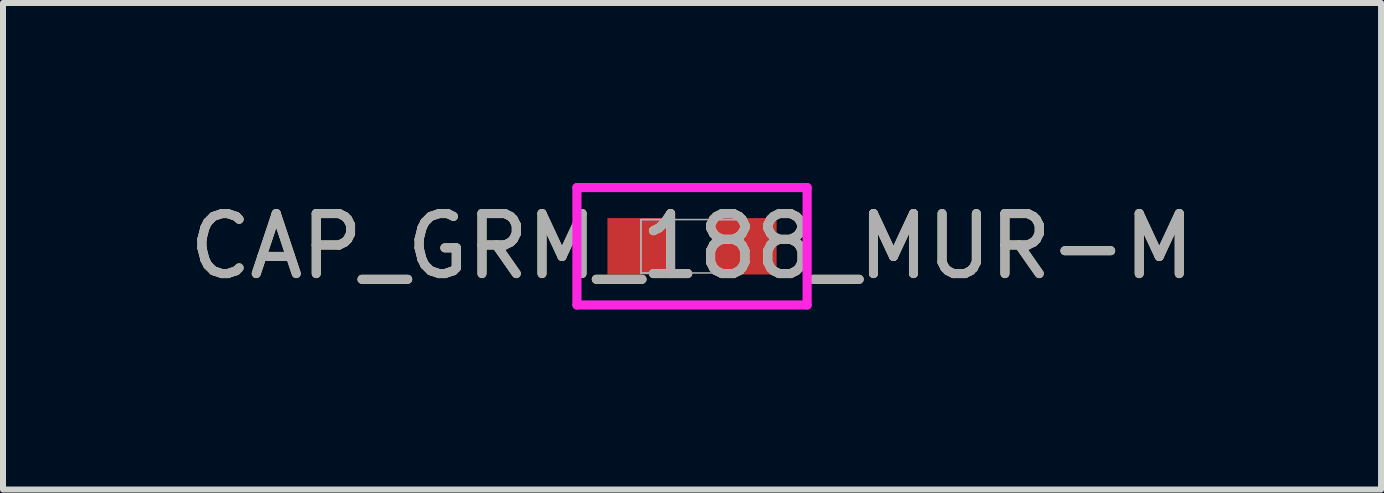
<source format=kicad_pcb>
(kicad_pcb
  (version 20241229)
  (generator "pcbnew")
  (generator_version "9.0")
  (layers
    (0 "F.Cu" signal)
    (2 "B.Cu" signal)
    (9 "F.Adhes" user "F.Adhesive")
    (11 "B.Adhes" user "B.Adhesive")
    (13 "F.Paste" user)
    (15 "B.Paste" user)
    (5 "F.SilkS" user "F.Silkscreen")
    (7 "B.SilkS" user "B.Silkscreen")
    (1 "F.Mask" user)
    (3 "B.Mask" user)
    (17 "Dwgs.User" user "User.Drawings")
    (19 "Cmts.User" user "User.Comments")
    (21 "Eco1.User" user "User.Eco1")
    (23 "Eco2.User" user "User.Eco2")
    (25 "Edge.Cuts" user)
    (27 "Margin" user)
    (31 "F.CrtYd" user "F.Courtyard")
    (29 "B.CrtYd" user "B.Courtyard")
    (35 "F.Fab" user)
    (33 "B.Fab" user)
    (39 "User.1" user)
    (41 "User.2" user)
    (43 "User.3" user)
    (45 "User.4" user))
  (footprint "CAP_GRM_188_MUR-M"
    (layer "F.Cu")
    (at 8.482 1.054)
    (property "Reference" "CAP_GRM_188_MUR-M" (at 0 0 0) (unlocked yes) (layer "F.SilkS") (effects (font (size 1 1) (thickness 0.15))))
    (attr smd)
    (fp_line (start -1.918 -0.978) (end 1.918 -0.978) (stroke (width 0.152) (type solid)) (layer "F.CrtYd"))
    (fp_line (start -1.918 0.978) (end -1.918 -0.978) (stroke (width 0.152) (type solid)) (layer "F.CrtYd"))
    (fp_line (start 1.918 -0.978) (end 1.918 0.978) (stroke (width 0.152) (type solid)) (layer "F.CrtYd"))
    (fp_line (start 1.918 0.978) (end -1.918 0.978) (stroke (width 0.152) (type solid)) (layer "F.CrtYd"))
    (fp_line (start -0.851 -0.445) (end -0.851 0.445) (stroke (width 0.025) (type solid)) (layer "F.Fab"))
    (fp_line (start -0.851 -0.445) (end -0.851 0.445) (stroke (width 0.025) (type solid)) (layer "F.Fab"))
    (fp_line (start -0.851 0.445) (end -0.343 0.445) (stroke (width 0.025) (type solid)) (layer "F.Fab"))
    (fp_line (start -0.851 0.445) (end 0.851 0.445) (stroke (width 0.025) (type solid)) (layer "F.Fab"))
    (fp_line (start -0.343 -0.445) (end -0.851 -0.445) (stroke (width 0.025) (type solid)) (layer "F.Fab"))
    (fp_line (start -0.343 0.445) (end -0.343 -0.445) (stroke (width 0.025) (type solid)) (layer "F.Fab"))
    (fp_line (start 0.343 -0.445) (end 0.343 0.445) (stroke (width 0.025) (type solid)) (layer "F.Fab"))
    (fp_line (start 0.343 0.445) (end 0.851 0.445) (stroke (width 0.025) (type solid)) (layer "F.Fab"))
    (fp_line (start 0.851 -0.445) (end -0.851 -0.445) (stroke (width 0.025) (type solid)) (layer "F.Fab"))
    (fp_line (start 0.851 -0.445) (end 0.343 -0.445) (stroke (width 0.025) (type solid)) (layer "F.Fab"))
    (fp_line (start 0.851 0.445) (end 0.851 -0.445) (stroke (width 0.025) (type solid)) (layer "F.Fab"))
    (fp_line (start 0.851 0.445) (end 0.851 -0.445) (stroke (width 0.025) (type solid)) (layer "F.Fab"))
    (fp_text user "${REFERENCE}" (at 0 0 0) (unlocked yes) (layer "F.Fab") (effects (font (size 1 1) (thickness 0.15))))
    (pad "1" smd rect (at -0.876 0) (size 1.067 0.94) (layers "F.Cu" "F.Mask" "F.Paste"))
    (pad "2" smd rect (at 0.876 0) (size 1.067 0.94) (layers "F.Cu" "F.Mask" "F.Paste"))
    (zone (net_name "") (layer "F.Cu") (hatch full 0.508) (connect_pads) (min_thickness 0.254) (filled_areas_thickness no) (keepout (tracks not_allowed) (vias not_allowed) (pads allowed) (copperpour not_allowed) (footprints allowed)) (placement (enabled no)) (fill) (polygon (pts (xy 8.19 0.66) (xy 8.774 0.66) (xy 8.774 1.448) (xy 8.19 1.448)))))
  (gr_rect
    (start -3 -3)
    (end 19.964 5.108)
    (stroke (width 0.1) (type default))
    (fill no)
    (layer "Edge.Cuts")))
</source>
